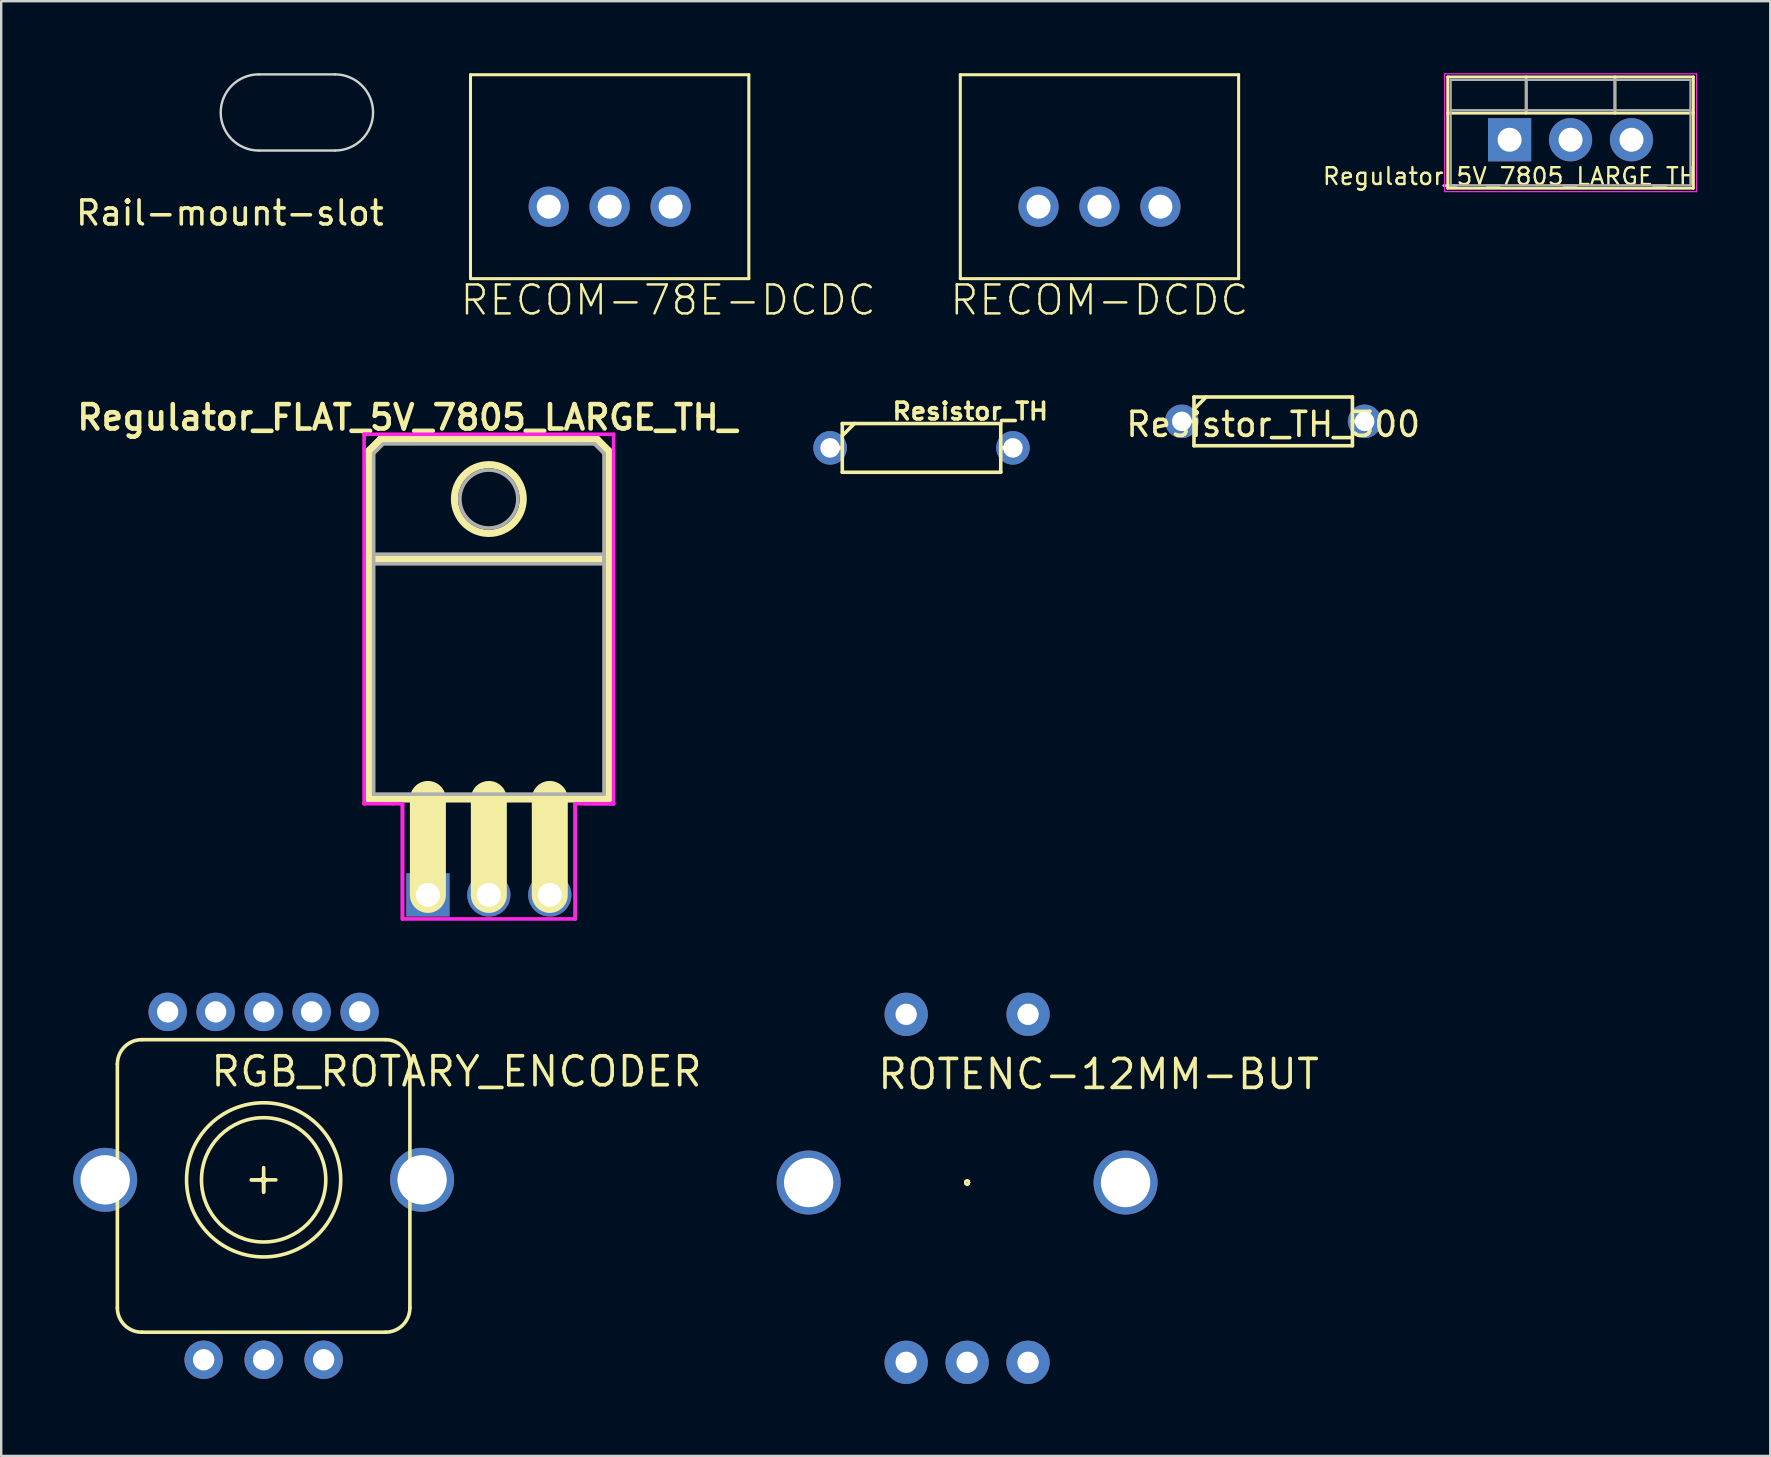
<source format=kicad_pcb>
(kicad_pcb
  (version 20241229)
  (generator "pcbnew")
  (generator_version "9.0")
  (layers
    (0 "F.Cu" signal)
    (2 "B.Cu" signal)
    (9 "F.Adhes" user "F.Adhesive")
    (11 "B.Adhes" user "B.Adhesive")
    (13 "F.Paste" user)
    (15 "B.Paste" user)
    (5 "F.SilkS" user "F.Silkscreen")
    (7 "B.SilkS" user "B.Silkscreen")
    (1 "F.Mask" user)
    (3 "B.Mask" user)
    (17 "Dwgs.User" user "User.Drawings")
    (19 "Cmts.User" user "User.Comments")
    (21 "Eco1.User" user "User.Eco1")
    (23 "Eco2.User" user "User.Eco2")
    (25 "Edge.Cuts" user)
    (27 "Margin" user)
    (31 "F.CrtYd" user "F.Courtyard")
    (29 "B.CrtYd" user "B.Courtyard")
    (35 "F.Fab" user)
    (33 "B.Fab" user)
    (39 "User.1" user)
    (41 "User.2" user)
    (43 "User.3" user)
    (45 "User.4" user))
  (footprint "RECOM-DCDC"
    (layer "F.Cu")
    (at 42.774 5.564)
    (property "Reference" "RECOM-DCDC" (at -6.3 4.6 0) (layer "F.SilkS") (effects (font (size 1.206 1.206) (thickness 0.102)) (justify left bottom)))
    (attr through_hole)
    (fp_line (start -5.8 -5.5) (end -5.8 3) (stroke (width 0.127) (type solid)) (layer "F.SilkS"))
    (fp_line (start -5.8 3) (end 5.8 3) (stroke (width 0.127) (type solid)) (layer "F.SilkS"))
    (fp_line (start 5.8 -5.5) (end -5.8 -5.5) (stroke (width 0.127) (type solid)) (layer "F.SilkS"))
    (fp_line (start 5.8 3) (end 5.8 -5.5) (stroke (width 0.127) (type solid)) (layer "F.SilkS"))
    (pad "1" thru_hole circle (at -2.54 0) (size 1.676 1.676) (drill 1) (layers "*.Cu" "*.Mask"))
    (pad "2" thru_hole circle (at 0 0) (size 1.676 1.676) (drill 1) (layers "*.Cu" "*.Mask"))
    (pad "3" thru_hole circle (at 2.54 0) (size 1.676 1.676) (drill 1) (layers "*.Cu" "*.Mask")))
  (footprint "Regulator_FLAT_5V_7805_LARGE_TH_"
    (layer "F.Cu")
    (at 17.324 34.249)
    (property "Reference" "Regulator_FLAT_5V_7805_LARGE_TH_" (at -3.4 -19.9 0) (layer "F.SilkS") (effects (font (size 1.016 1.016) (thickness 0.191))))
    (attr through_hole)
    (fp_line (start -5 -18.5) (end -4.5 -19) (stroke (width 0.3) (type solid)) (layer "F.SilkS"))
    (fp_line (start -5 -18.5) (end -4.5 -19) (stroke (width 0.3) (type solid)) (layer "F.SilkS"))
    (fp_line (start -5 -18.3) (end -5 -18.5) (stroke (width 0.15) (type solid)) (layer "F.SilkS"))
    (fp_line (start -5 -18) (end -5 -18.5) (stroke (width 0.3) (type solid)) (layer "F.SilkS"))
    (fp_line (start -5 -14) (end -5 -18.3) (stroke (width 0.3) (type solid)) (layer "F.SilkS"))
    (fp_line (start -5 -14) (end 5 -14) (stroke (width 0.3) (type solid)) (layer "F.SilkS"))
    (fp_line (start -5 -4) (end -5 -14) (stroke (width 0.3) (type solid)) (layer "F.SilkS"))
    (fp_line (start -5 -4) (end 5 -4) (stroke (width 0.3) (type solid)) (layer "F.SilkS"))
    (fp_line (start -4.5 -19) (end -4.1 -19) (stroke (width 0.15) (type solid)) (layer "F.SilkS"))
    (fp_line (start -4.5 -19) (end -3.3 -19) (stroke (width 0.3) (type solid)) (layer "F.SilkS"))
    (fp_line (start -4.3 -19) (end 3.8 -19) (stroke (width 0.3) (type solid)) (layer "F.SilkS"))
    (fp_line (start -2.54 -4) (end -2.54 0) (stroke (width 1.5) (type solid)) (layer "F.SilkS"))
    (fp_line (start 0 -4) (end 0 0) (stroke (width 1.5) (type solid)) (layer "F.SilkS"))
    (fp_line (start 2.54 -4) (end 2.54 0) (stroke (width 1.5) (type solid)) (layer "F.SilkS"))
    (fp_line (start 3.7 -19) (end 4.5 -19) (stroke (width 0.3) (type solid)) (layer "F.SilkS"))
    (fp_line (start 4.5 -19) (end 5 -18.5) (stroke (width 0.3) (type solid)) (layer "F.SilkS"))
    (fp_line (start 5 -18.5) (end 5 -14) (stroke (width 0.3) (type solid)) (layer "F.SilkS"))
    (fp_line (start 5 -4) (end 5 -14) (stroke (width 0.3) (type solid)) (layer "F.SilkS"))
    (fp_circle (center 0 -16.5) (end 0.6 -15.2) (stroke (width 0.3) (type solid)) (fill no) (layer "F.SilkS"))
    (fp_line (start -5.2 -19.2) (end -5.2 -3.8) (stroke (width 0.15) (type solid)) (layer "F.CrtYd"))
    (fp_line (start -5.2 -3.8) (end -4 -3.8) (stroke (width 0.15) (type solid)) (layer "F.CrtYd"))
    (fp_line (start -5 -19.2) (end -5.2 -19.2) (stroke (width 0.15) (type solid)) (layer "F.CrtYd"))
    (fp_line (start -4 -3.8) (end -3.6 -3.8) (stroke (width 0.15) (type solid)) (layer "F.CrtYd"))
    (fp_line (start -3.6 -3.8) (end -3.6 1) (stroke (width 0.15) (type solid)) (layer "F.CrtYd"))
    (fp_line (start -3.6 -3.8) (end -3.6 1) (stroke (width 0.15) (type solid)) (layer "F.CrtYd"))
    (fp_line (start -3.6 1) (end 3.6 1) (stroke (width 0.15) (type solid)) (layer "F.CrtYd"))
    (fp_line (start 3.6 -3.8) (end 5.2 -3.8) (stroke (width 0.15) (type solid)) (layer "F.CrtYd"))
    (fp_line (start 3.6 1) (end 3.6 -3.8) (stroke (width 0.15) (type solid)) (layer "F.CrtYd"))
    (fp_line (start 3.6 1) (end 3.6 -3.8) (stroke (width 0.15) (type solid)) (layer "F.CrtYd"))
    (fp_line (start 4 -3.8) (end 5.2 -3.8) (stroke (width 0.15) (type solid)) (layer "F.CrtYd"))
    (fp_line (start 5.2 -19.2) (end -5.2 -19.2) (stroke (width 0.15) (type solid)) (layer "F.CrtYd"))
    (fp_line (start 5.2 -3.8) (end 5.2 -19.2) (stroke (width 0.15) (type solid)) (layer "F.CrtYd"))
    (fp_line (start -4.8 -18.4) (end -4.4 -18.8) (stroke (width 0.15) (type solid)) (layer "F.Fab"))
    (fp_line (start -4.8 -14.2) (end -4.8 -18.4) (stroke (width 0.15) (type solid)) (layer "F.Fab"))
    (fp_line (start -4.8 -14.2) (end 4.8 -14.2) (stroke (width 0.15) (type solid)) (layer "F.Fab"))
    (fp_line (start -4.8 -4.2) (end -4.8 -14.2) (stroke (width 0.15) (type solid)) (layer "F.Fab"))
    (fp_line (start -4.4 -18.8) (end 4.4 -18.8) (stroke (width 0.15) (type solid)) (layer "F.Fab"))
    (fp_line (start 4.4 -18.8) (end 4.8 -18.4) (stroke (width 0.15) (type solid)) (layer "F.Fab"))
    (fp_line (start 4.8 -18.4) (end 4.8 -4.2) (stroke (width 0.15) (type solid)) (layer "F.Fab"))
    (fp_line (start 4.8 -14.2) (end 4.8 -13.8) (stroke (width 0.15) (type solid)) (layer "F.Fab"))
    (fp_line (start 4.8 -13.8) (end -4.8 -13.8) (stroke (width 0.15) (type solid)) (layer "F.Fab"))
    (fp_line (start 4.8 -4.2) (end -4.8 -4.2) (stroke (width 0.15) (type solid)) (layer "F.Fab"))
    (fp_circle (center 0 -16.5) (end 0.5 -15.4) (stroke (width 0.15) (type solid)) (fill no) (layer "F.Fab"))
    (pad "1" thru_hole rect (at -2.54 0) (size 1.8 1.8) (drill 1) (layers "*.Cu" "*.Mask"))
    (pad "2" thru_hole oval (at 0 0) (size 1.8 1.8) (drill 1) (layers "*.Cu" "*.Mask"))
    (pad "3" thru_hole oval (at 2.54 0) (size 1.8 1.8) (drill 1) (layers "*.Cu" "*.Mask")))
  (footprint "ROTENC-12MM-BUT"
    (layer "F.Cu")
    (at 37.258 46.236)
    (property "Reference" "ROTENC-12MM-BUT" (at -3.81 -3.81 0) (layer "F.SilkS") (effects (font (size 1.206 1.206) (thickness 0.152)) (justify left bottom)))
    (attr through_hole)
    (fp_line (start 0 0) (end 0 0) (stroke (width 0.127) (type solid)) (layer "F.SilkS"))
    (fp_line (start 0 0) (end 0 0) (stroke (width 0.127) (type solid)) (layer "F.SilkS"))
    (fp_line (start 0 0) (end 0 0) (stroke (width 0.127) (type solid)) (layer "F.SilkS"))
    (fp_line (start 0 0) (end 0 0) (stroke (width 0.127) (type solid)) (layer "F.SilkS"))
    (fp_arc (start 0 0) (mid 0 0) (end 0 0) (stroke (width 0.127) (type solid)) (layer "F.SilkS"))
    (fp_arc (start 0 0) (mid 0 0) (end 0 0) (stroke (width 0.127) (type solid)) (layer "F.SilkS"))
    (fp_arc (start 0 0) (mid 0 0) (end 0 0) (stroke (width 0.127) (type solid)) (layer "F.SilkS"))
    (fp_arc (start 0 0) (mid 0 0) (end 0 0) (stroke (width 0.127) (type solid)) (layer "F.SilkS"))
    (fp_circle (center 0 0) (end 0 0) (stroke (width 0.127) (type solid)) (fill no) (layer "F.SilkS"))
    (fp_circle (center 0 0) (end 0 0) (stroke (width 0.127) (type solid)) (fill no) (layer "F.SilkS"))
    (fp_circle (center 0 0) (end 0 0) (stroke (width 0.025) (type solid)) (fill no) (layer "Cmts.User"))
    (pad "1" thru_hole circle (at -2.54 7.493 90) (size 1.803 1.803) (drill 0.889) (layers "*.Cu" "*.Mask"))
    (pad "2" thru_hole circle (at 0 7.493 90) (size 1.803 1.803) (drill 0.889) (layers "*.Cu" "*.Mask"))
    (pad "3" thru_hole circle (at 2.54 7.493 90) (size 1.803 1.803) (drill 0.889) (layers "*.Cu" "*.Mask"))
    (pad "NC" thru_hole circle (at -6.604 0) (size 2.667 2.667) (drill 2.057) (layers "*.Cu" "*.Mask"))
    (pad "NC" thru_hole circle (at 6.604 0) (size 2.667 2.667) (drill 2.057) (layers "*.Cu" "*.Mask"))
    (pad "SW1" thru_hole circle (at -2.54 -7.01 90) (size 1.803 1.803) (drill 0.889) (layers "*.Cu" "*.Mask"))
    (pad "SW2" thru_hole circle (at 2.54 -7.01 90) (size 1.803 1.803) (drill 0.889) (layers "*.Cu" "*.Mask")))
  (footprint "RGB_ROTARY_ENCODER"
    (layer "F.Cu")
    (at 7.938 46.124)
    (property "Reference" "RGB_ROTARY_ENCODER" (at -2.286 -3.81 0) (layer "F.SilkS") (effects (font (size 1.206 1.206) (thickness 0.152)) (justify left bottom)))
    (attr through_hole)
    (fp_line (start -6.096 5.334) (end -6.096 -4.826) (stroke (width 0.15) (type solid)) (layer "F.SilkS"))
    (fp_line (start -5.08 -5.842) (end 5.08 -5.842) (stroke (width 0.15) (type solid)) (layer "F.SilkS"))
    (fp_line (start -0.508 0) (end 0 0) (stroke (width 0.15) (type solid)) (layer "F.SilkS"))
    (fp_line (start 0 -0.508) (end 0 0.508) (stroke (width 0.15) (type solid)) (layer "F.SilkS"))
    (fp_line (start 0 0) (end -0.508 0) (stroke (width 0.15) (type solid)) (layer "F.SilkS"))
    (fp_line (start 0 0) (end 0 0) (stroke (width 0.127) (type solid)) (layer "F.SilkS"))
    (fp_line (start 0 0) (end 0 0) (stroke (width 0.127) (type solid)) (layer "F.SilkS"))
    (fp_line (start 0 0) (end 0 0) (stroke (width 0.127) (type solid)) (layer "F.SilkS"))
    (fp_line (start 0 0) (end 0 0) (stroke (width 0.127) (type solid)) (layer "F.SilkS"))
    (fp_line (start 0 0) (end 0.508 0) (stroke (width 0.15) (type solid)) (layer "F.SilkS"))
    (fp_line (start 0 0.508) (end 0 0) (stroke (width 0.15) (type solid)) (layer "F.SilkS"))
    (fp_line (start 5.08 6.35) (end -5.08 6.35) (stroke (width 0.15) (type solid)) (layer "F.SilkS"))
    (fp_line (start 6.096 -4.826) (end 6.096 5.334) (stroke (width 0.15) (type solid)) (layer "F.SilkS"))
    (fp_arc (start -6.096 -4.826) (mid -5.79842 -5.54442) (end -5.08 -5.842) (stroke (width 0.15) (type solid)) (layer "F.SilkS"))
    (fp_arc (start -5.08 6.35) (mid -5.79842 6.05242) (end -6.096 5.334) (stroke (width 0.15) (type solid)) (layer "F.SilkS"))
    (fp_arc (start 0 0) (mid 0 0) (end 0 0) (stroke (width 0.127) (type solid)) (layer "F.SilkS"))
    (fp_arc (start 0 0) (mid 0 0) (end 0 0) (stroke (width 0.127) (type solid)) (layer "F.SilkS"))
    (fp_arc (start 0 0) (mid 0 0) (end 0 0) (stroke (width 0.127) (type solid)) (layer "F.SilkS"))
    (fp_arc (start 0 0) (mid 0 0) (end 0 0) (stroke (width 0.127) (type solid)) (layer "F.SilkS"))
    (fp_arc (start 5.08 -5.842) (mid 5.79842 -5.54442) (end 6.096 -4.826) (stroke (width 0.15) (type solid)) (layer "F.SilkS"))
    (fp_arc (start 6.096 5.334) (mid 5.79842 6.05242) (end 5.08 6.35) (stroke (width 0.15) (type solid)) (layer "F.SilkS"))
    (fp_circle (center 0 0) (end 0 0) (stroke (width 0.127) (type solid)) (fill no) (layer "F.SilkS"))
    (fp_circle (center 0 0) (end 0 0) (stroke (width 0.127) (type solid)) (fill no) (layer "F.SilkS"))
    (fp_circle (center 0 0) (end 0.508 2.54) (stroke (width 0.15) (type solid)) (fill no) (layer "F.SilkS"))
    (fp_circle (center 0 0) (end 1.016 3.048) (stroke (width 0.15) (type solid)) (fill no) (layer "F.SilkS"))
    (fp_circle (center 0 0) (end 0 0) (stroke (width 0.025) (type solid)) (fill no) (layer "Cmts.User"))
    (pad "1" thru_hole circle (at -2.5 7.5 90) (size 1.6 1.6) (drill 0.889) (layers "*.Cu" "*.Mask"))
    (pad "2" thru_hole circle (at 0 7.5 90) (size 1.6 1.6) (drill 0.889) (layers "*.Cu" "*.Mask"))
    (pad "3" thru_hole circle (at 2.5 7.5 90) (size 1.6 1.6) (drill 0.889) (layers "*.Cu" "*.Mask"))
    (pad "4" thru_hole circle (at -4 -7 90) (size 1.6 1.6) (drill 0.889) (layers "*.Cu" "*.Mask"))
    (pad "5" thru_hole circle (at -2 -7 90) (size 1.6 1.6) (drill 0.889) (layers "*.Cu" "*.Mask"))
    (pad "6" thru_hole circle (at 0 -7 90) (size 1.6 1.6) (drill 0.889) (layers "*.Cu" "*.Mask"))
    (pad "7" thru_hole circle (at 2 -7 90) (size 1.6 1.6) (drill 0.889) (layers "*.Cu" "*.Mask"))
    (pad "8" thru_hole circle (at 4 -7 90) (size 1.6 1.6) (drill 0.889) (layers "*.Cu" "*.Mask"))
    (pad "NC" thru_hole circle (at -6.604 0) (size 2.667 2.667) (drill 2.057) (layers "*.Cu" "*.Mask"))
    (pad "NC" thru_hole circle (at 6.604 0) (size 2.667 2.667) (drill 2.057) (layers "*.Cu" "*.Mask")))
  (footprint "Regulator_5V_7805_LARGE_TH"
    (layer "F.Cu")
    (at 59.868 2.775)
    (property "Reference" "Regulator_5V_7805_LARGE_TH" (at 0 1.524 0) (layer "F.SilkS") (effects (font (size 0.7 0.7) (thickness 0.1))))
    (attr through_hole)
    (fp_line (start -2.58 -2.62) (end -2.58 2.021) (stroke (width 0.12) (type solid)) (layer "F.SilkS"))
    (fp_line (start -2.58 -2.62) (end 7.66 -2.62) (stroke (width 0.12) (type solid)) (layer "F.SilkS"))
    (fp_line (start -2.58 -1.11) (end 7.66 -1.11) (stroke (width 0.12) (type solid)) (layer "F.SilkS"))
    (fp_line (start -2.58 2.021) (end 7.66 2.021) (stroke (width 0.12) (type solid)) (layer "F.SilkS"))
    (fp_line (start 0.69 -2.62) (end 0.69 -1.11) (stroke (width 0.12) (type solid)) (layer "F.SilkS"))
    (fp_line (start 4.391 -2.62) (end 4.391 -1.11) (stroke (width 0.12) (type solid)) (layer "F.SilkS"))
    (fp_line (start 7.66 -2.62) (end 7.66 2.021) (stroke (width 0.12) (type solid)) (layer "F.SilkS"))
    (fp_line (start -2.71 -2.75) (end -2.71 2.16) (stroke (width 0.05) (type solid)) (layer "F.CrtYd"))
    (fp_line (start -2.71 2.16) (end 7.79 2.16) (stroke (width 0.05) (type solid)) (layer "F.CrtYd"))
    (fp_line (start 7.79 -2.75) (end -2.71 -2.75) (stroke (width 0.05) (type solid)) (layer "F.CrtYd"))
    (fp_line (start 7.79 2.16) (end 7.79 -2.75) (stroke (width 0.05) (type solid)) (layer "F.CrtYd"))
    (fp_line (start -2.46 -2.5) (end -2.46 1.9) (stroke (width 0.1) (type solid)) (layer "F.Fab"))
    (fp_line (start -2.46 -1.23) (end 7.54 -1.23) (stroke (width 0.1) (type solid)) (layer "F.Fab"))
    (fp_line (start -2.46 1.9) (end 7.54 1.9) (stroke (width 0.1) (type solid)) (layer "F.Fab"))
    (fp_line (start 0.69 -2.5) (end 0.69 -1.23) (stroke (width 0.1) (type solid)) (layer "F.Fab"))
    (fp_line (start 4.39 -2.5) (end 4.39 -1.23) (stroke (width 0.1) (type solid)) (layer "F.Fab"))
    (fp_line (start 7.54 -2.5) (end -2.46 -2.5) (stroke (width 0.1) (type solid)) (layer "F.Fab"))
    (fp_line (start 7.54 1.9) (end 7.54 -2.5) (stroke (width 0.1) (type solid)) (layer "F.Fab"))
    (pad "1" thru_hole rect (at 0 0) (size 1.8 1.8) (drill 1) (layers "*.Cu" "*.Mask"))
    (pad "2" thru_hole oval (at 2.54 0) (size 1.8 1.8) (drill 1) (layers "*.Cu" "*.Mask"))
    (pad "3" thru_hole oval (at 5.08 0) (size 1.8 1.8) (drill 1) (layers "*.Cu" "*.Mask")))
  (footprint "Resistor_TH_300"
    (layer "F.Cu")
    (at 50.015 14.511)
    (property "Reference" "Resistor_TH_300" (at 0 0.127 0) (layer "F.SilkS") (effects (font (size 1 1) (thickness 0.15))))
    (attr through_hole)
    (fp_line (start -3.81 0) (end -3.302 0) (stroke (width 0.15) (type solid)) (layer "F.SilkS"))
    (fp_line (start -3.302 -1.016) (end -3.302 1.016) (stroke (width 0.15) (type solid)) (layer "F.SilkS"))
    (fp_line (start -3.302 -0.508) (end -2.794 -1.016) (stroke (width 0.15) (type solid)) (layer "F.SilkS"))
    (fp_line (start -3.302 1.016) (end 3.302 1.016) (stroke (width 0.15) (type solid)) (layer "F.SilkS"))
    (fp_line (start 3.302 -1.016) (end -3.302 -1.016) (stroke (width 0.15) (type solid)) (layer "F.SilkS"))
    (fp_line (start 3.302 0) (end 3.302 -1.016) (stroke (width 0.15) (type solid)) (layer "F.SilkS"))
    (fp_line (start 3.302 1.016) (end 3.302 0) (stroke (width 0.15) (type solid)) (layer "F.SilkS"))
    (fp_line (start 3.81 0) (end 3.302 0) (stroke (width 0.15) (type solid)) (layer "F.SilkS"))
    (pad "1" thru_hole circle (at -3.81 0) (size 1.397 1.397) (drill 0.813) (layers "*.Cu" "*.Mask"))
    (pad "2" thru_hole circle (at 3.81 0) (size 1.397 1.397) (drill 0.813) (layers "*.Cu" "*.Mask")))
  (footprint "Resistor_TH"
    (layer "F.Cu")
    (at 35.357 15.617)
    (property "Reference" "Resistor_TH" (at 2.032 -1.524 0) (layer "F.SilkS") (effects (font (size 0.7 0.75) (thickness 0.15))))
    (attr through_hole)
    (fp_line (start -3.81 0) (end -3.302 0) (stroke (width 0.15) (type solid)) (layer "F.SilkS"))
    (fp_line (start -3.302 -1.016) (end -3.302 1.016) (stroke (width 0.15) (type solid)) (layer "F.SilkS"))
    (fp_line (start -3.302 -0.508) (end -2.794 -1.016) (stroke (width 0.15) (type solid)) (layer "F.SilkS"))
    (fp_line (start -3.302 1.016) (end 3.302 1.016) (stroke (width 0.15) (type solid)) (layer "F.SilkS"))
    (fp_line (start 3.302 -1.016) (end -3.302 -1.016) (stroke (width 0.15) (type solid)) (layer "F.SilkS"))
    (fp_line (start 3.302 0) (end 3.302 -1.016) (stroke (width 0.15) (type solid)) (layer "F.SilkS"))
    (fp_line (start 3.302 1.016) (end 3.302 0) (stroke (width 0.15) (type solid)) (layer "F.SilkS"))
    (fp_line (start 3.81 0) (end 3.302 0) (stroke (width 0.15) (type solid)) (layer "F.SilkS"))
    (pad "1" thru_hole circle (at -3.81 0) (size 1.397 1.397) (drill 0.813) (layers "*.Cu" "*.Mask"))
    (pad "2" thru_hole circle (at 3.81 0) (size 1.397 1.397) (drill 0.813) (layers "*.Cu" "*.Mask")))
  (footprint "Rail-mount-slot"
    (layer "F.Cu")
    (at 9.324 1.637)
    (property "Reference" "Rail-mount-slot" (at -2.794 4.191 0) (layer "F.SilkS") (effects (font (size 1 1) (thickness 0.15))))
    (attr through_hole)
    (fp_line (start -1.587 -1.587) (end 1.587 -1.587) (stroke (width 0.1) (type solid)) (layer "Edge.Cuts"))
    (fp_line (start -1.587 1.587) (end 1.587 1.587) (stroke (width 0.1) (type solid)) (layer "Edge.Cuts"))
    (fp_arc (start -1.5875 1.5875) (mid -3.175 0) (end -1.5875 -1.5875) (stroke (width 0.1) (type solid)) (layer "Edge.Cuts"))
    (fp_arc (start 1.5875 -1.5875) (mid 3.175 0) (end 1.5875 1.5875) (stroke (width 0.1) (type solid)) (layer "Edge.Cuts")))
  (footprint "RECOM-78E-DCDC"
    (layer "F.Cu")
    (at 22.36 5.564)
    (property "Reference" "RECOM-78E-DCDC" (at -6.3 4.6 0) (layer "F.SilkS") (effects (font (size 1.206 1.206) (thickness 0.102)) (justify left bottom)))
    (attr through_hole)
    (fp_line (start -5.8 -5.5) (end -5.8 3) (stroke (width 0.127) (type solid)) (layer "F.SilkS"))
    (fp_line (start -5.8 3) (end 5.8 3) (stroke (width 0.127) (type solid)) (layer "F.SilkS"))
    (fp_line (start 5.8 -5.5) (end -5.8 -5.5) (stroke (width 0.127) (type solid)) (layer "F.SilkS"))
    (fp_line (start 5.8 3) (end 5.8 -5.5) (stroke (width 0.127) (type solid)) (layer "F.SilkS"))
    (pad "1" thru_hole circle (at -2.54 0) (size 1.676 1.676) (drill 1) (layers "*.Cu" "*.Mask"))
    (pad "2" thru_hole circle (at 0 0) (size 1.676 1.676) (drill 1) (layers "*.Cu" "*.Mask"))
    (pad "3" thru_hole circle (at 2.54 0) (size 1.676 1.676) (drill 1) (layers "*.Cu" "*.Mask")))
  (gr_rect
    (start -3 -3)
    (end 70.731 57.631)
    (stroke (width 0.1) (type default))
    (fill no)
    (layer "Edge.Cuts")))
</source>
